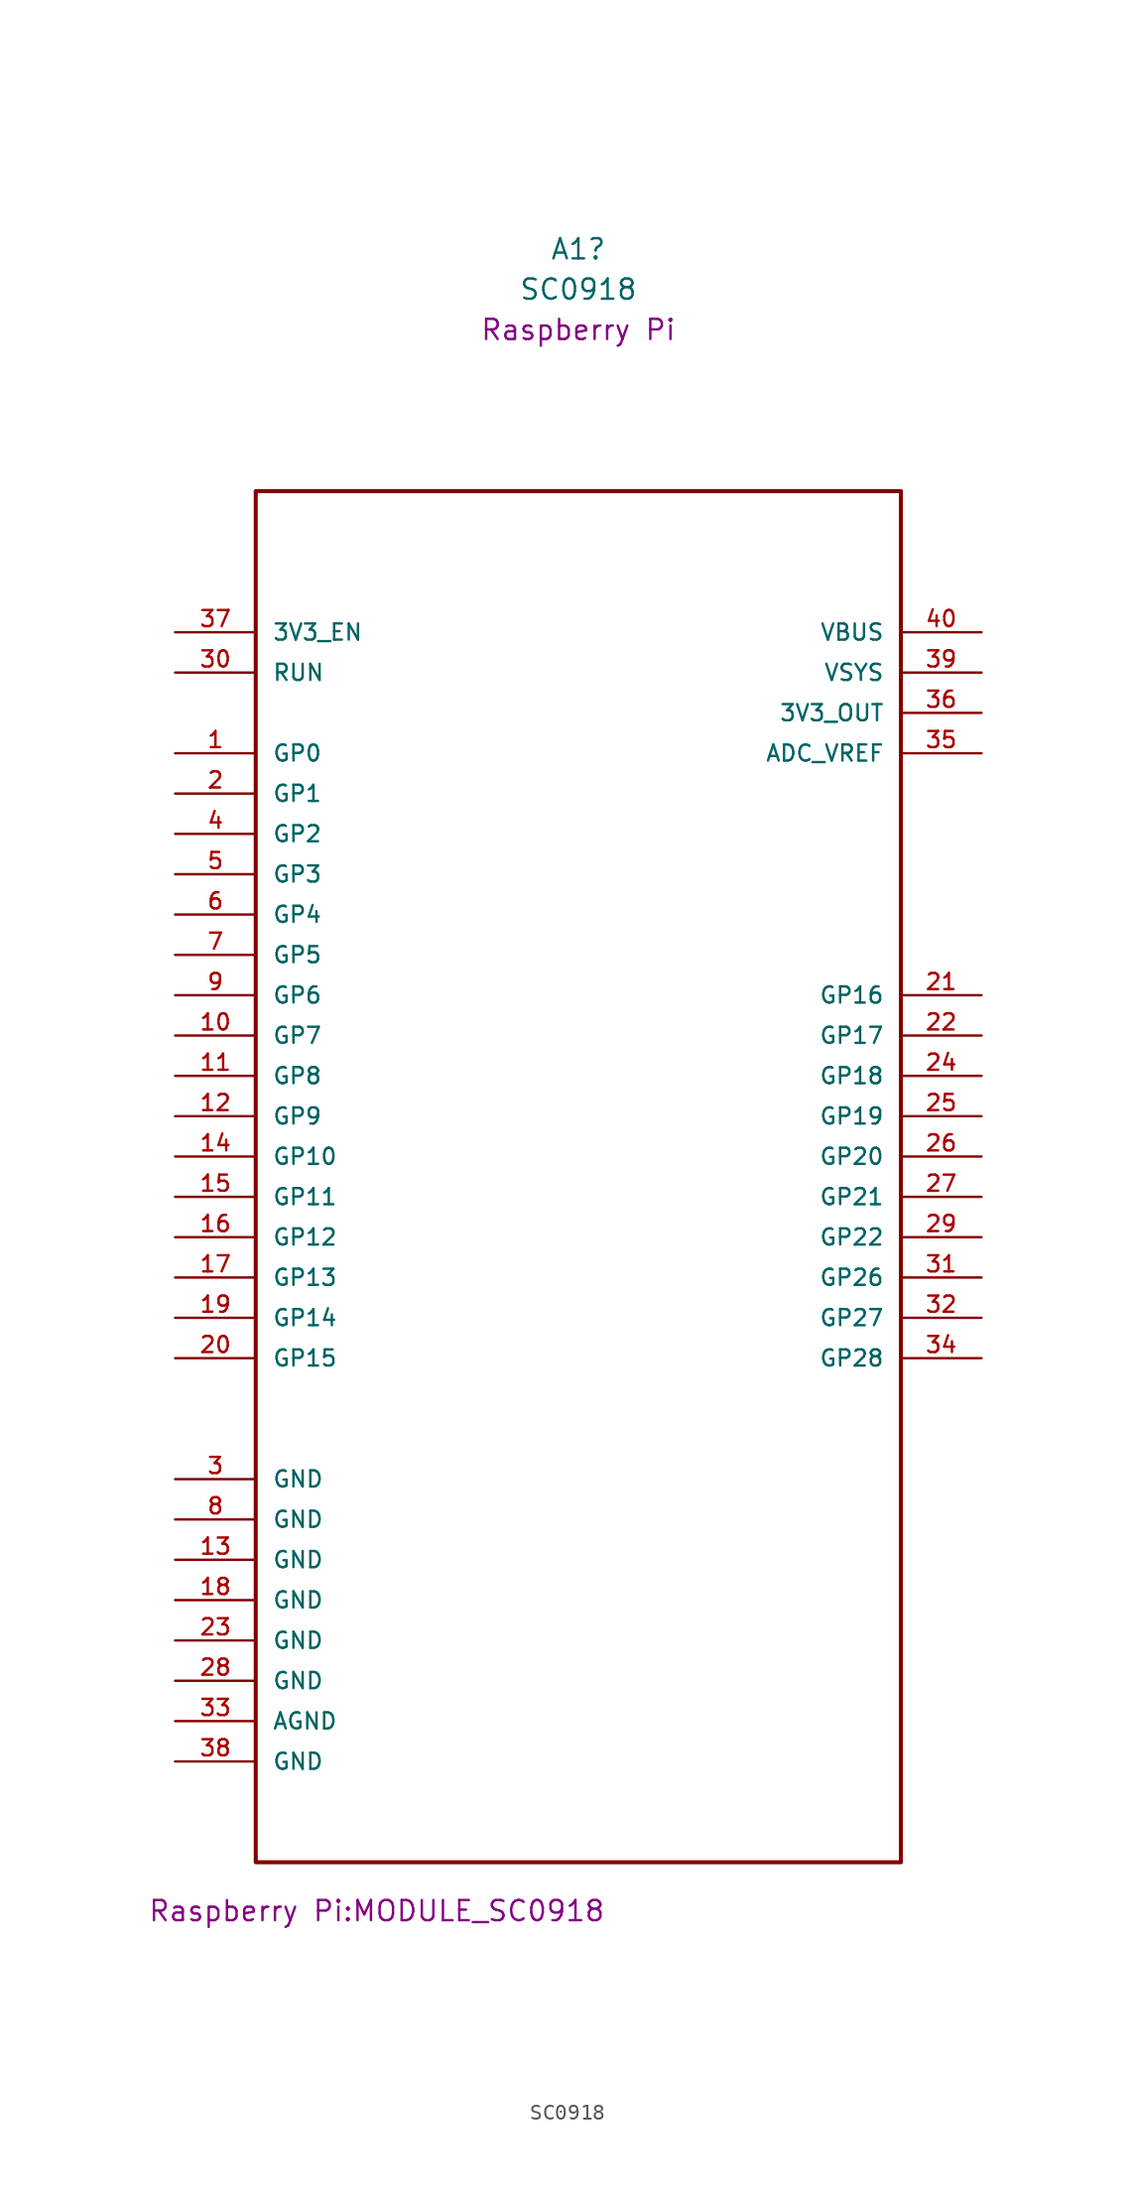
<source format=kicad_sym>
(kicad_symbol_lib
  (version 20211014)
  (generator kicad_symbol_editor)
  (symbol "SC0918"
    (pin_names
      (offset 1.016))
    (property "Reference" "A1"
      (at 0 58.42 0)
      (effects (font (size 1.27 1.27))))
    (property "Value" "SC0918"
      (at 0 55.88 0)
      (effects (font (size 1.27 1.27))))
    (property "Footprint" "Raspberry Pi:MODULE_SC0918"
      (at -12.7 -46.99 0)
      (effects (font (size 1.27 1.27)) (justify bottom)))
    (property "manufacturer" "Raspberry Pi"
      (at 0 53.34 0)
      (effects (font (size 1.27 1.27))))
    (symbol "SC0918_0_0"
      (rectangle (start -20.32 -43.18) (end 20.32 43.18) (stroke (width 0.254) (type default) (color 0 0 0 0)) (fill (type none)))
      (pin bidirectional line (at -25.4 26.67 0) (length 5.08) (name "GP0" (effects (font (size 1.016 1.016)))) (number "1" (effects (font (size 1.016 1.016)))))
      (pin bidirectional line (at -25.4 8.89 0) (length 5.08) (name "GP7" (effects (font (size 1.016 1.016)))) (number "10" (effects (font (size 1.016 1.016)))))
      (pin bidirectional line (at -25.4 6.35 0) (length 5.08) (name "GP8" (effects (font (size 1.016 1.016)))) (number "11" (effects (font (size 1.016 1.016)))))
      (pin bidirectional line (at -25.4 3.81 0) (length 5.08) (name "GP9" (effects (font (size 1.016 1.016)))) (number "12" (effects (font (size 1.016 1.016)))))
      (pin power_in line (at -25.4 -24.13 0) (length 5.08) (name "GND" (effects (font (size 1.016 1.016)))) (number "13" (effects (font (size 1.016 1.016)))))
      (pin bidirectional line (at -25.4 1.27 0) (length 5.08) (name "GP10" (effects (font (size 1.016 1.016)))) (number "14" (effects (font (size 1.016 1.016)))))
      (pin bidirectional line (at -25.4 -1.27 0) (length 5.08) (name "GP11" (effects (font (size 1.016 1.016)))) (number "15" (effects (font (size 1.016 1.016)))))
      (pin bidirectional line (at -25.4 -3.81 0) (length 5.08) (name "GP12" (effects (font (size 1.016 1.016)))) (number "16" (effects (font (size 1.016 1.016)))))
      (pin bidirectional line (at -25.4 -6.35 0) (length 5.08) (name "GP13" (effects (font (size 1.016 1.016)))) (number "17" (effects (font (size 1.016 1.016)))))
      (pin power_in line (at -25.4 -26.67 0) (length 5.08) (name "GND" (effects (font (size 1.016 1.016)))) (number "18" (effects (font (size 1.016 1.016)))))
      (pin bidirectional line (at -25.4 -8.89 0) (length 5.08) (name "GP14" (effects (font (size 1.016 1.016)))) (number "19" (effects (font (size 1.016 1.016)))))
      (pin bidirectional line (at -25.4 24.13 0) (length 5.08) (name "GP1" (effects (font (size 1.016 1.016)))) (number "2" (effects (font (size 1.016 1.016)))))
      (pin bidirectional line (at -25.4 -11.43 0) (length 5.08) (name "GP15" (effects (font (size 1.016 1.016)))) (number "20" (effects (font (size 1.016 1.016)))))
      (pin bidirectional line (at 25.4 11.43 180) (length 5.08) (name "GP16" (effects (font (size 1.016 1.016)))) (number "21" (effects (font (size 1.016 1.016)))))
      (pin bidirectional line (at 25.4 8.89 180) (length 5.08) (name "GP17" (effects (font (size 1.016 1.016)))) (number "22" (effects (font (size 1.016 1.016)))))
      (pin power_in line (at -25.4 -29.21 0) (length 5.08) (name "GND" (effects (font (size 1.016 1.016)))) (number "23" (effects (font (size 1.016 1.016)))))
      (pin bidirectional line (at 25.4 6.35 180) (length 5.08) (name "GP18" (effects (font (size 1.016 1.016)))) (number "24" (effects (font (size 1.016 1.016)))))
      (pin bidirectional line (at 25.4 3.81 180) (length 5.08) (name "GP19" (effects (font (size 1.016 1.016)))) (number "25" (effects (font (size 1.016 1.016)))))
      (pin bidirectional line (at 25.4 1.27 180) (length 5.08) (name "GP20" (effects (font (size 1.016 1.016)))) (number "26" (effects (font (size 1.016 1.016)))))
      (pin bidirectional line (at 25.4 -1.27 180) (length 5.08) (name "GP21" (effects (font (size 1.016 1.016)))) (number "27" (effects (font (size 1.016 1.016)))))
      (pin power_in line (at -25.4 -31.75 0) (length 5.08) (name "GND" (effects (font (size 1.016 1.016)))) (number "28" (effects (font (size 1.016 1.016)))))
      (pin bidirectional line (at 25.4 -3.81 180) (length 5.08) (name "GP22" (effects (font (size 1.016 1.016)))) (number "29" (effects (font (size 1.016 1.016)))))
      (pin power_in line (at -25.4 -19.05 0) (length 5.08) (name "GND" (effects (font (size 1.016 1.016)))) (number "3" (effects (font (size 1.016 1.016)))))
      (pin input line (at -25.4 31.75 0) (length 5.08) (name "RUN" (effects (font (size 1.016 1.016)))) (number "30" (effects (font (size 1.016 1.016)))))
      (pin bidirectional line (at 25.4 -6.35 180) (length 5.08) (name "GP26" (effects (font (size 1.016 1.016)))) (number "31" (effects (font (size 1.016 1.016)))))
      (pin bidirectional line (at 25.4 -8.89 180) (length 5.08) (name "GP27" (effects (font (size 1.016 1.016)))) (number "32" (effects (font (size 1.016 1.016)))))
      (pin power_in line (at -25.4 -34.29 0) (length 5.08) (name "AGND" (effects (font (size 1.016 1.016)))) (number "33" (effects (font (size 1.016 1.016)))))
      (pin bidirectional line (at 25.4 -11.43 180) (length 5.08) (name "GP28" (effects (font (size 1.016 1.016)))) (number "34" (effects (font (size 1.016 1.016)))))
      (pin power_in line (at 25.4 26.67 180) (length 5.08) (name "ADC_VREF" (effects (font (size 1.016 1.016)))) (number "35" (effects (font (size 1.016 1.016)))))
      (pin power_in line (at 25.4 29.21 180) (length 5.08) (name "3V3_OUT" (effects (font (size 1.016 1.016)))) (number "36" (effects (font (size 1.016 1.016)))))
      (pin input line (at -25.4 34.29 0) (length 5.08) (name "3V3_EN" (effects (font (size 1.016 1.016)))) (number "37" (effects (font (size 1.016 1.016)))))
      (pin power_in line (at -25.4 -36.83 0) (length 5.08) (name "GND" (effects (font (size 1.016 1.016)))) (number "38" (effects (font (size 1.016 1.016)))))
      (pin free line (at 25.4 31.75 180) (length 5.08) (name "VSYS" (effects (font (size 1.016 1.016)))) (number "39" (effects (font (size 1.016 1.016)))))
      (pin bidirectional line (at -25.4 21.59 0) (length 5.08) (name "GP2" (effects (font (size 1.016 1.016)))) (number "4" (effects (font (size 1.016 1.016)))))
      (pin free line (at 25.4 34.29 180) (length 5.08) (name "VBUS" (effects (font (size 1.016 1.016)))) (number "40" (effects (font (size 1.016 1.016)))))
      (pin bidirectional line (at -25.4 19.05 0) (length 5.08) (name "GP3" (effects (font (size 1.016 1.016)))) (number "5" (effects (font (size 1.016 1.016)))))
      (pin bidirectional line (at -25.4 16.51 0) (length 5.08) (name "GP4" (effects (font (size 1.016 1.016)))) (number "6" (effects (font (size 1.016 1.016)))))
      (pin bidirectional line (at -25.4 13.97 0) (length 5.08) (name "GP5" (effects (font (size 1.016 1.016)))) (number "7" (effects (font (size 1.016 1.016)))))
      (pin power_in line (at -25.4 -21.59 0) (length 5.08) (name "GND" (effects (font (size 1.016 1.016)))) (number "8" (effects (font (size 1.016 1.016)))))
      (pin bidirectional line (at -25.4 11.43 0) (length 5.08) (name "GP6" (effects (font (size 1.016 1.016)))) (number "9" (effects (font (size 1.016 1.016))))))))
</source>
